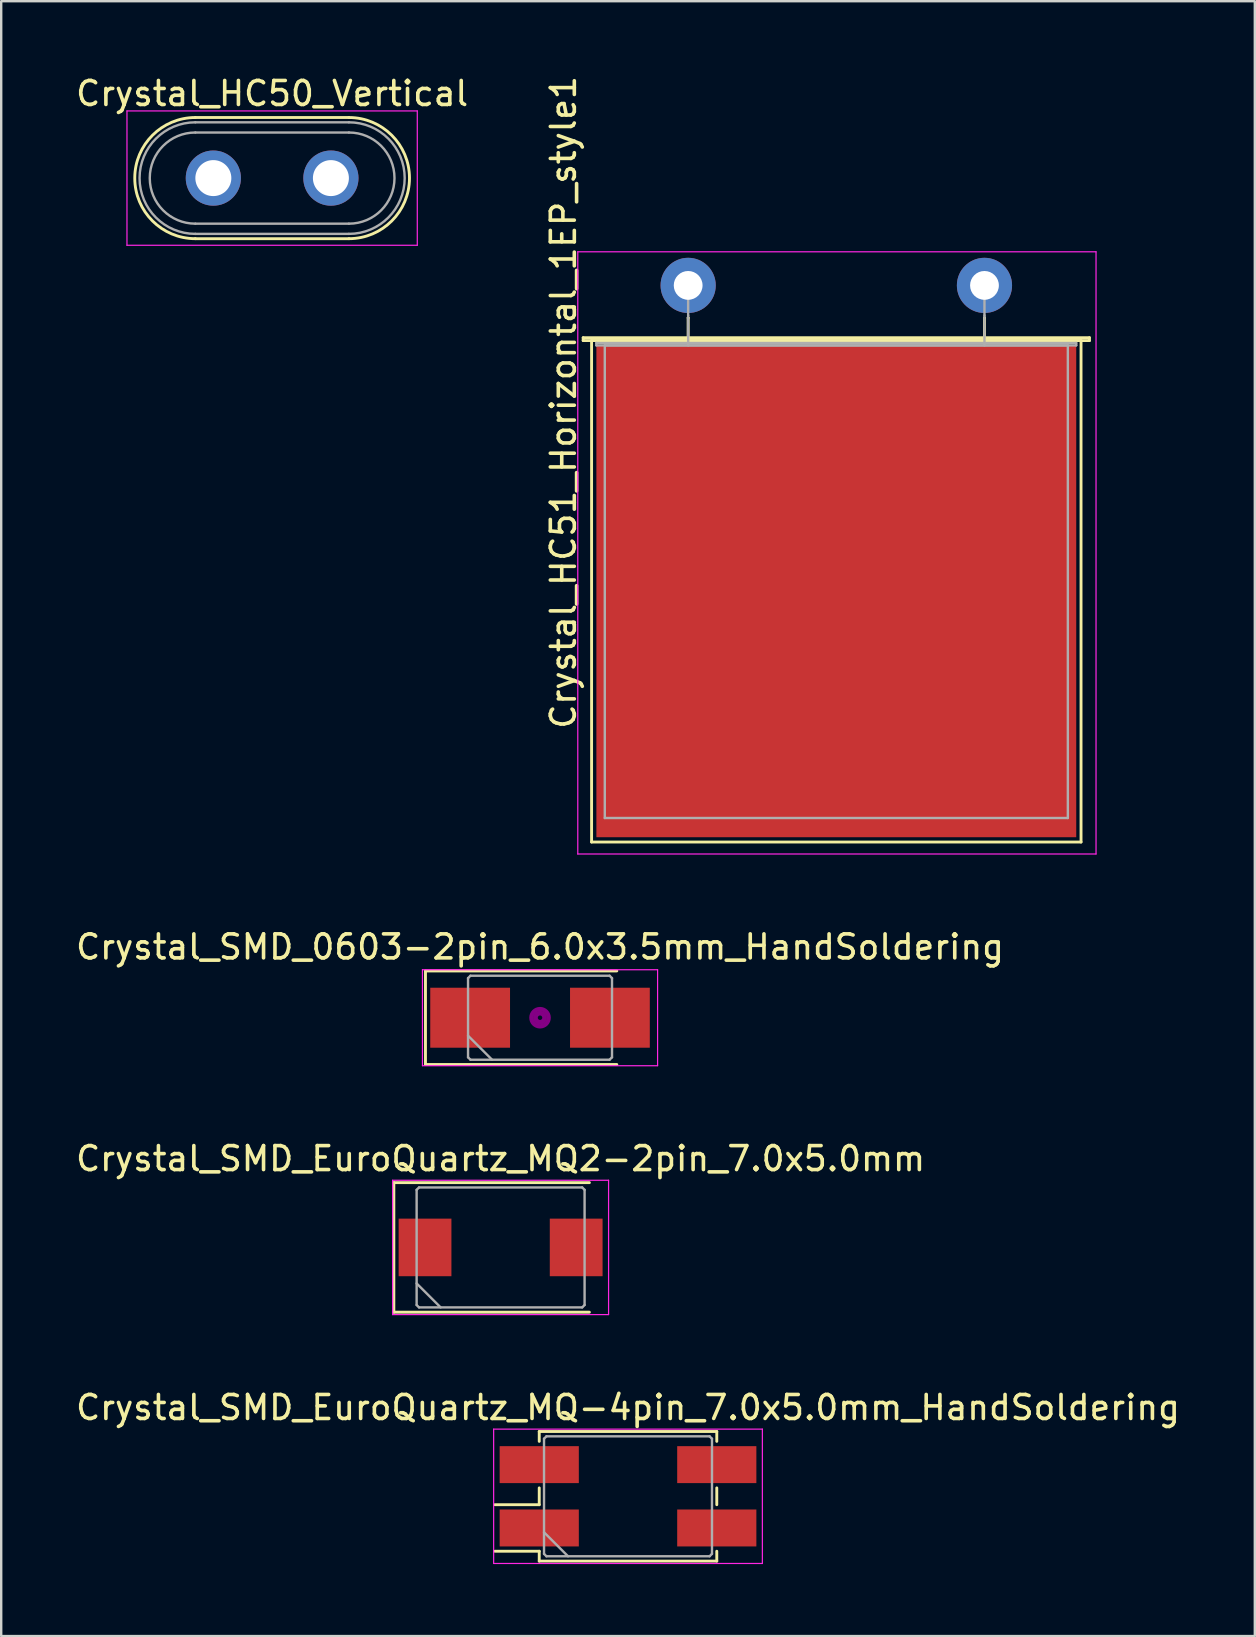
<source format=kicad_pcb>
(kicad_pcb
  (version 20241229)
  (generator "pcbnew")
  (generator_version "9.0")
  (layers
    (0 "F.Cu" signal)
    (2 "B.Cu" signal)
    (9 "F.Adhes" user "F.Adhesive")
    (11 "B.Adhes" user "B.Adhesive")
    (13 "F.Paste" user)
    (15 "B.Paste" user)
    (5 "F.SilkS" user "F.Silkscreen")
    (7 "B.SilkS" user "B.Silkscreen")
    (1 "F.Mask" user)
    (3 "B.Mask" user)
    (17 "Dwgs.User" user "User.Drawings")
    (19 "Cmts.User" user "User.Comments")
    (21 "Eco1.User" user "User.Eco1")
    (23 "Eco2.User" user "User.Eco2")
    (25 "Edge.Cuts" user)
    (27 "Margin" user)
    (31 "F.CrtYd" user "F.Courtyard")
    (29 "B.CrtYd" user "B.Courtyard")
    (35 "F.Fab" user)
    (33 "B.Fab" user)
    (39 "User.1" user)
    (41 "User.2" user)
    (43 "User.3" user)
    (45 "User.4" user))
  (footprint "Crystal_SMD_0603-2pin_6.0x3.5mm_HandSoldering"
    (layer "F.Cu")
    (at 19.458 39.368)
    (property "Reference" "Crystal_SMD_0603-2pin_6.0x3.5mm_HandSoldering" (at 0 -2.95 0) (layer "F.SilkS") (effects (font (size 1 1) (thickness 0.15))))
    (attr smd)
    (fp_line (start -4.775 -1.95) (end -4.775 1.95) (stroke (width 0.12) (type solid)) (layer "F.SilkS"))
    (fp_line (start -4.775 1.95) (end 3.2 1.95) (stroke (width 0.12) (type solid)) (layer "F.SilkS"))
    (fp_line (start 3.2 -1.95) (end -4.775 -1.95) (stroke (width 0.12) (type solid)) (layer "F.SilkS"))
    (fp_circle (center 0 0) (end 0.093 0) (stroke (width 0.187) (type solid)) (fill no) (layer "F.Adhes"))
    (fp_circle (center 0 0) (end 0.213 0) (stroke (width 0.133) (type solid)) (fill no) (layer "F.Adhes"))
    (fp_circle (center 0 0) (end 0.333 0) (stroke (width 0.133) (type solid)) (fill no) (layer "F.Adhes"))
    (fp_circle (center 0 0) (end 0.4 0) (stroke (width 0.1) (type solid)) (fill no) (layer "F.Adhes"))
    (fp_line (start -4.9 -2) (end -4.9 2) (stroke (width 0.05) (type solid)) (layer "F.CrtYd"))
    (fp_line (start -4.9 2) (end 4.9 2) (stroke (width 0.05) (type solid)) (layer "F.CrtYd"))
    (fp_line (start 4.9 -2) (end -4.9 -2) (stroke (width 0.05) (type solid)) (layer "F.CrtYd"))
    (fp_line (start 4.9 2) (end 4.9 -2) (stroke (width 0.05) (type solid)) (layer "F.CrtYd"))
    (fp_line (start -3 -1.65) (end -2.9 -1.75) (stroke (width 0.1) (type solid)) (layer "F.Fab"))
    (fp_line (start -3 0.75) (end -2 1.75) (stroke (width 0.1) (type solid)) (layer "F.Fab"))
    (fp_line (start -3 1.65) (end -3 -1.65) (stroke (width 0.1) (type solid)) (layer "F.Fab"))
    (fp_line (start -2.9 -1.75) (end 2.9 -1.75) (stroke (width 0.1) (type solid)) (layer "F.Fab"))
    (fp_line (start -2.9 1.75) (end -3 1.65) (stroke (width 0.1) (type solid)) (layer "F.Fab"))
    (fp_line (start 2.9 -1.75) (end 3 -1.65) (stroke (width 0.1) (type solid)) (layer "F.Fab"))
    (fp_line (start 2.9 1.75) (end -2.9 1.75) (stroke (width 0.1) (type solid)) (layer "F.Fab"))
    (fp_line (start 3 -1.65) (end 3 1.65) (stroke (width 0.1) (type solid)) (layer "F.Fab"))
    (fp_line (start 3 1.65) (end 2.9 1.75) (stroke (width 0.1) (type solid)) (layer "F.Fab"))
    (pad "1" smd rect (at -2.913 0) (size 3.325 2.5) (layers "F.Cu" "F.Mask"))
    (pad "2" smd rect (at 2.913 0) (size 3.325 2.5) (layers "F.Cu" "F.Mask")))
  (footprint "Crystal_HC50_Vertical"
    (layer "F.Cu")
    (at 5.842 4.373)
    (property "Reference" "Crystal_HC50_Vertical" (at 2.45 -3.525 0) (layer "F.SilkS") (effects (font (size 1 1) (thickness 0.15))))
    (attr through_hole)
    (fp_line (start -0.75 -2.525) (end 5.65 -2.525) (stroke (width 0.12) (type solid)) (layer "F.SilkS"))
    (fp_line (start -0.75 2.525) (end 5.65 2.525) (stroke (width 0.12) (type solid)) (layer "F.SilkS"))
    (fp_arc (start -0.75 2.525) (mid -3.275 0) (end -0.75 -2.525) (stroke (width 0.12) (type solid)) (layer "F.SilkS"))
    (fp_arc (start 5.65 -2.525) (mid 8.175 0) (end 5.65 2.525) (stroke (width 0.12) (type solid)) (layer "F.SilkS"))
    (fp_line (start -3.6 -2.8) (end -3.6 2.8) (stroke (width 0.05) (type solid)) (layer "F.CrtYd"))
    (fp_line (start -3.6 2.8) (end 8.5 2.8) (stroke (width 0.05) (type solid)) (layer "F.CrtYd"))
    (fp_line (start 8.5 -2.8) (end -3.6 -2.8) (stroke (width 0.05) (type solid)) (layer "F.CrtYd"))
    (fp_line (start 8.5 2.8) (end 8.5 -2.8) (stroke (width 0.05) (type solid)) (layer "F.CrtYd"))
    (fp_line (start -0.75 -2.325) (end 5.65 -2.325) (stroke (width 0.1) (type solid)) (layer "F.Fab"))
    (fp_line (start -0.75 -1.9) (end 5.65 -1.9) (stroke (width 0.1) (type solid)) (layer "F.Fab"))
    (fp_line (start -0.75 1.9) (end 5.65 1.9) (stroke (width 0.1) (type solid)) (layer "F.Fab"))
    (fp_line (start -0.75 2.325) (end 5.65 2.325) (stroke (width 0.1) (type solid)) (layer "F.Fab"))
    (fp_arc (start -0.75 1.9) (mid -2.65 0) (end -0.75 -1.9) (stroke (width 0.1) (type solid)) (layer "F.Fab"))
    (fp_arc (start -0.75 2.325) (mid -3.075 0) (end -0.75 -2.325) (stroke (width 0.1) (type solid)) (layer "F.Fab"))
    (fp_arc (start 5.65 -2.325) (mid 7.975 0) (end 5.65 2.325) (stroke (width 0.1) (type solid)) (layer "F.Fab"))
    (fp_arc (start 5.65 -1.9) (mid 7.55 0) (end 5.65 1.9) (stroke (width 0.1) (type solid)) (layer "F.Fab"))
    (pad "1" thru_hole circle (at 0 0) (size 2.3 2.3) (drill 1.5) (layers "*.Cu" "*.Mask"))
    (pad "2" thru_hole circle (at 4.9 0) (size 2.3 2.3) (drill 1.5) (layers "*.Cu" "*.Mask")))
  (footprint "Crystal_SMD_EuroQuartz_MQ2-2pin_7.0x5.0mm"
    (layer "F.Cu")
    (at 17.815 48.942)
    (property "Reference" "Crystal_SMD_EuroQuartz_MQ2-2pin_7.0x5.0mm" (at 0 -3.7 0) (layer "F.SilkS") (effects (font (size 1 1) (thickness 0.15))))
    (attr smd)
    (fp_line (start -4.45 -2.7) (end -4.45 2.7) (stroke (width 0.12) (type solid)) (layer "F.SilkS"))
    (fp_line (start -4.45 2.7) (end 3.7 2.7) (stroke (width 0.12) (type solid)) (layer "F.SilkS"))
    (fp_line (start 3.7 -2.7) (end -4.45 -2.7) (stroke (width 0.12) (type solid)) (layer "F.SilkS"))
    (fp_line (start -4.5 -2.8) (end -4.5 2.8) (stroke (width 0.05) (type solid)) (layer "F.CrtYd"))
    (fp_line (start -4.5 2.8) (end 4.5 2.8) (stroke (width 0.05) (type solid)) (layer "F.CrtYd"))
    (fp_line (start 4.5 -2.8) (end -4.5 -2.8) (stroke (width 0.05) (type solid)) (layer "F.CrtYd"))
    (fp_line (start 4.5 2.8) (end 4.5 -2.8) (stroke (width 0.05) (type solid)) (layer "F.CrtYd"))
    (fp_line (start -3.5 -2.4) (end -3.4 -2.5) (stroke (width 0.1) (type solid)) (layer "F.Fab"))
    (fp_line (start -3.5 1.5) (end -2.5 2.5) (stroke (width 0.1) (type solid)) (layer "F.Fab"))
    (fp_line (start -3.5 2.4) (end -3.5 -2.4) (stroke (width 0.1) (type solid)) (layer "F.Fab"))
    (fp_line (start -3.4 -2.5) (end 3.4 -2.5) (stroke (width 0.1) (type solid)) (layer "F.Fab"))
    (fp_line (start -3.4 2.5) (end -3.5 2.4) (stroke (width 0.1) (type solid)) (layer "F.Fab"))
    (fp_line (start 3.4 -2.5) (end 3.5 -2.4) (stroke (width 0.1) (type solid)) (layer "F.Fab"))
    (fp_line (start 3.4 2.5) (end -3.4 2.5) (stroke (width 0.1) (type solid)) (layer "F.Fab"))
    (fp_line (start 3.5 -2.4) (end 3.5 2.4) (stroke (width 0.1) (type solid)) (layer "F.Fab"))
    (fp_line (start 3.5 2.4) (end 3.4 2.5) (stroke (width 0.1) (type solid)) (layer "F.Fab"))
    (pad "1" smd rect (at -3.15 0) (size 2.2 2.4) (layers "F.Cu" "F.Mask"))
    (pad "2" smd rect (at 3.15 0) (size 2.2 2.4) (layers "F.Cu" "F.Mask")))
  (footprint "Crystal_SMD_EuroQuartz_MQ-4pin_7.0x5.0mm_HandSoldering"
    (layer "F.Cu")
    (at 23.125 59.315)
    (property "Reference" "Crystal_SMD_EuroQuartz_MQ-4pin_7.0x5.0mm_HandSoldering" (at 0 -3.7 0) (layer "F.SilkS") (effects (font (size 1 1) (thickness 0.15))))
    (attr smd)
    (fp_line (start -5.55 0.35) (end -3.7 0.35) (stroke (width 0.12) (type solid)) (layer "F.SilkS"))
    (fp_line (start -5.55 2.29) (end -3.7 2.29) (stroke (width 0.12) (type solid)) (layer "F.SilkS"))
    (fp_line (start -3.7 -2.7) (end 3.7 -2.7) (stroke (width 0.12) (type solid)) (layer "F.SilkS"))
    (fp_line (start -3.7 -2.29) (end -3.7 -2.7) (stroke (width 0.12) (type solid)) (layer "F.SilkS"))
    (fp_line (start -3.7 0.35) (end -3.7 -0.35) (stroke (width 0.12) (type solid)) (layer "F.SilkS"))
    (fp_line (start -3.7 2.29) (end -3.7 2.7) (stroke (width 0.12) (type solid)) (layer "F.SilkS"))
    (fp_line (start -3.7 2.7) (end 3.7 2.7) (stroke (width 0.12) (type solid)) (layer "F.SilkS"))
    (fp_line (start 3.7 -2.7) (end 3.7 -2.29) (stroke (width 0.12) (type solid)) (layer "F.SilkS"))
    (fp_line (start 3.7 -0.35) (end 3.7 0.35) (stroke (width 0.12) (type solid)) (layer "F.SilkS"))
    (fp_line (start 3.7 2.7) (end 3.7 2.29) (stroke (width 0.12) (type solid)) (layer "F.SilkS"))
    (fp_line (start -5.6 -2.8) (end -5.6 2.8) (stroke (width 0.05) (type solid)) (layer "F.CrtYd"))
    (fp_line (start -5.6 2.8) (end 5.6 2.8) (stroke (width 0.05) (type solid)) (layer "F.CrtYd"))
    (fp_line (start 5.6 -2.8) (end -5.6 -2.8) (stroke (width 0.05) (type solid)) (layer "F.CrtYd"))
    (fp_line (start 5.6 2.8) (end 5.6 -2.8) (stroke (width 0.05) (type solid)) (layer "F.CrtYd"))
    (fp_line (start -3.5 -2.4) (end -3.4 -2.5) (stroke (width 0.1) (type solid)) (layer "F.Fab"))
    (fp_line (start -3.5 1.5) (end -2.5 2.5) (stroke (width 0.1) (type solid)) (layer "F.Fab"))
    (fp_line (start -3.5 2.4) (end -3.5 -2.4) (stroke (width 0.1) (type solid)) (layer "F.Fab"))
    (fp_line (start -3.4 -2.5) (end 3.4 -2.5) (stroke (width 0.1) (type solid)) (layer "F.Fab"))
    (fp_line (start -3.4 2.5) (end -3.5 2.4) (stroke (width 0.1) (type solid)) (layer "F.Fab"))
    (fp_line (start 3.4 -2.5) (end 3.5 -2.4) (stroke (width 0.1) (type solid)) (layer "F.Fab"))
    (fp_line (start 3.4 2.5) (end -3.4 2.5) (stroke (width 0.1) (type solid)) (layer "F.Fab"))
    (fp_line (start 3.5 -2.4) (end 3.5 2.4) (stroke (width 0.1) (type solid)) (layer "F.Fab"))
    (fp_line (start 3.5 2.4) (end 3.4 2.5) (stroke (width 0.1) (type solid)) (layer "F.Fab"))
    (pad "1" smd rect (at -3.7 1.32) (size 3.3 1.54) (layers "F.Cu" "F.Mask"))
    (pad "2" smd rect (at 3.7 1.32) (size 3.3 1.54) (layers "F.Cu" "F.Mask"))
    (pad "3" smd rect (at 3.7 -1.32) (size 3.3 1.54) (layers "F.Cu" "F.Mask"))
    (pad "4" smd rect (at -3.7 -1.32) (size 3.3 1.54) (layers "F.Cu" "F.Mask")))
  (footprint "Crystal_HC51_Horizontal_1EP_style1"
    (layer "F.Cu")
    (at 25.632 8.845)
    (property "Reference" "Crystal_HC51_Horizontal_1EP_style1" (at -5.2 4.875 90) (layer "F.SilkS") (effects (font (size 1 1) (thickness 0.15))))
    (attr through_hole)
    (fp_line (start -4.375 2.18) (end 16.725 2.18) (stroke (width 0.12) (type solid)) (layer "F.SilkS"))
    (fp_line (start -4.375 2.3) (end -4.375 2.18) (stroke (width 0.12) (type solid)) (layer "F.SilkS"))
    (fp_line (start -4.025 2.3) (end -4.025 23.2) (stroke (width 0.12) (type solid)) (layer "F.SilkS"))
    (fp_line (start -4.025 23.2) (end 16.375 23.2) (stroke (width 0.12) (type solid)) (layer "F.SilkS"))
    (fp_line (start 0 1.35) (end 0 1.35) (stroke (width 0.12) (type solid)) (layer "F.SilkS"))
    (fp_line (start 0 2.3) (end 0 1.35) (stroke (width 0.12) (type solid)) (layer "F.SilkS"))
    (fp_line (start 12.35 1.35) (end 12.35 1.35) (stroke (width 0.12) (type solid)) (layer "F.SilkS"))
    (fp_line (start 12.35 2.3) (end 12.35 1.35) (stroke (width 0.12) (type solid)) (layer "F.SilkS"))
    (fp_line (start 16.375 2.3) (end -4.025 2.3) (stroke (width 0.12) (type solid)) (layer "F.SilkS"))
    (fp_line (start 16.375 23.2) (end 16.375 2.3) (stroke (width 0.12) (type solid)) (layer "F.SilkS"))
    (fp_line (start 16.725 2.18) (end 16.725 2.3) (stroke (width 0.12) (type solid)) (layer "F.SilkS"))
    (fp_line (start 16.725 2.3) (end -4.375 2.3) (stroke (width 0.12) (type solid)) (layer "F.SilkS"))
    (fp_line (start -4.6 -1.4) (end -4.6 23.7) (stroke (width 0.05) (type solid)) (layer "F.CrtYd"))
    (fp_line (start -4.6 23.7) (end 17 23.7) (stroke (width 0.05) (type solid)) (layer "F.CrtYd"))
    (fp_line (start 17 -1.4) (end -4.6 -1.4) (stroke (width 0.05) (type solid)) (layer "F.CrtYd"))
    (fp_line (start 17 23.7) (end 17 -1.4) (stroke (width 0.05) (type solid)) (layer "F.CrtYd"))
    (fp_line (start -3.825 2.4) (end 16.175 2.4) (stroke (width 0.1) (type solid)) (layer "F.Fab"))
    (fp_line (start -3.825 2.5) (end -3.825 2.4) (stroke (width 0.1) (type solid)) (layer "F.Fab"))
    (fp_line (start -3.475 2.5) (end -3.475 22.2) (stroke (width 0.1) (type solid)) (layer "F.Fab"))
    (fp_line (start -3.475 22.2) (end 15.825 22.2) (stroke (width 0.1) (type solid)) (layer "F.Fab"))
    (fp_line (start 0 1.25) (end 0 0) (stroke (width 0.1) (type solid)) (layer "F.Fab"))
    (fp_line (start 0 2.5) (end 0 1.25) (stroke (width 0.1) (type solid)) (layer "F.Fab"))
    (fp_line (start 12.35 1.25) (end 12.35 0) (stroke (width 0.1) (type solid)) (layer "F.Fab"))
    (fp_line (start 12.35 2.5) (end 12.35 1.25) (stroke (width 0.1) (type solid)) (layer "F.Fab"))
    (fp_line (start 15.825 2.5) (end -3.475 2.5) (stroke (width 0.1) (type solid)) (layer "F.Fab"))
    (fp_line (start 15.825 22.2) (end 15.825 2.5) (stroke (width 0.1) (type solid)) (layer "F.Fab"))
    (fp_line (start 16.175 2.4) (end 16.175 2.5) (stroke (width 0.1) (type solid)) (layer "F.Fab"))
    (fp_line (start 16.175 2.5) (end -3.825 2.5) (stroke (width 0.1) (type solid)) (layer "F.Fab"))
    (pad "1" thru_hole circle (at 0 0) (size 2.3 2.3) (drill 1.2) (layers "*.Cu" "*.Mask"))
    (pad "2" thru_hole circle (at 12.35 0) (size 2.3 2.3) (drill 1.2) (layers "*.Cu" "*.Mask"))
    (pad "3" smd rect (at 6.175 12.75) (size 20 20.5) (layers "F.Cu" "F.Mask")))
  (gr_rect
    (start -3 -3)
    (end 49.25 65.14)
    (stroke (width 0.1) (type default))
    (fill no)
    (layer "Edge.Cuts")))
</source>
